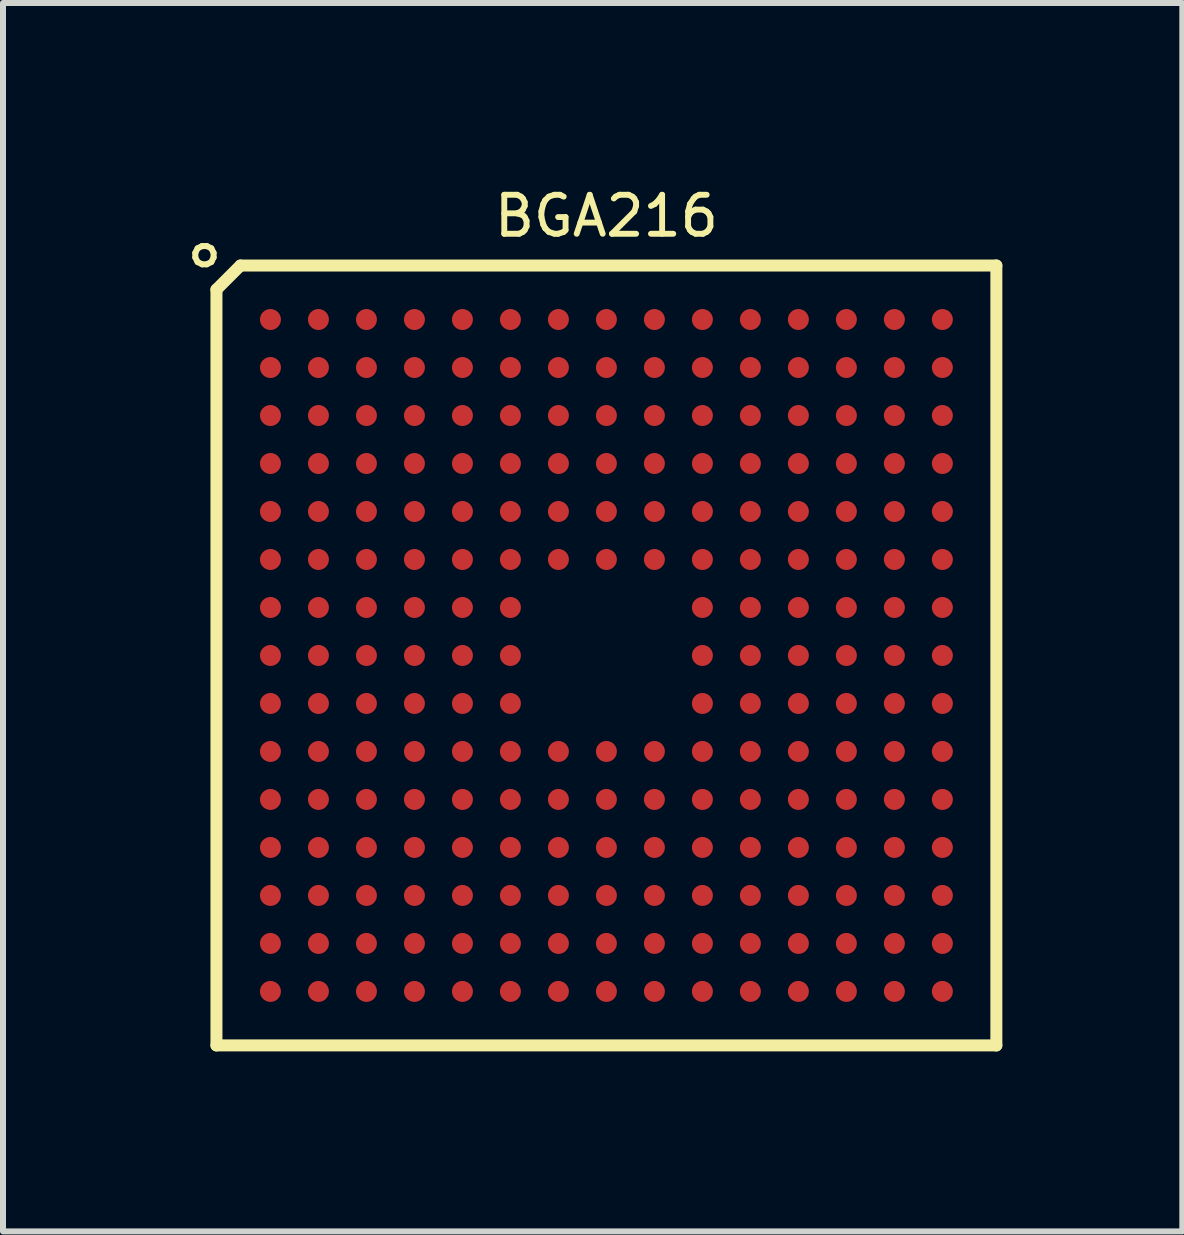
<source format=kicad_pcb>
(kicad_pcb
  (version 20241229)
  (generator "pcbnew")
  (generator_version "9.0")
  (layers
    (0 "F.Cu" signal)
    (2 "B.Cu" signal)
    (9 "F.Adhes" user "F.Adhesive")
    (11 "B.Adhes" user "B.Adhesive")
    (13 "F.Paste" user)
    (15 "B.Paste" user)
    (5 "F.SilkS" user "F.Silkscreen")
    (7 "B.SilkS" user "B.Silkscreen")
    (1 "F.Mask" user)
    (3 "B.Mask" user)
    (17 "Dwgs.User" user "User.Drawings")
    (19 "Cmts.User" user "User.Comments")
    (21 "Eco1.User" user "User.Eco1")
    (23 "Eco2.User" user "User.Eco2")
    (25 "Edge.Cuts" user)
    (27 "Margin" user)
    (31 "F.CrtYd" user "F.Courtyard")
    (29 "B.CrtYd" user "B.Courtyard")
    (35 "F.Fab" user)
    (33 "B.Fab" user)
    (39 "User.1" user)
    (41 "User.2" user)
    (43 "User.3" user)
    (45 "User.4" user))
  (footprint "BGA216"
    (layer "F.Cu")
    (at 7.058 7.876)
    (property "Reference" "BGA216" (at 0 -7.325 0) (layer "F.SilkS") (effects (font (size 0.65 0.65) (thickness 0.098))))
    (attr smd)
    (fp_line (start -6.5 -6.1) (end -6.1 -6.5) (stroke (width 0.2) (type solid)) (layer "F.SilkS"))
    (fp_line (start -6.5 6.5) (end -6.5 -6.1) (stroke (width 0.2) (type solid)) (layer "F.SilkS"))
    (fp_line (start -6.1 -6.5) (end 6.5 -6.5) (stroke (width 0.2) (type solid)) (layer "F.SilkS"))
    (fp_line (start 6.5 -6.5) (end 6.5 6.5) (stroke (width 0.2) (type solid)) (layer "F.SilkS"))
    (fp_line (start 6.5 6.5) (end -6.5 6.5) (stroke (width 0.2) (type solid)) (layer "F.SilkS"))
    (fp_text user "○" (at -6.7 -6.7 0) (layer "F.SilkS") (effects (font (size 0.4 0.4) (thickness 0.1))))
    (pad "A1" smd circle (at -5.6 -5.6) (size 0.35 0.35) (layers "F.Cu" "F.Mask" "F.Paste"))
    (pad "A2" smd circle (at -4.8 -5.6) (size 0.35 0.35) (layers "F.Cu" "F.Mask" "F.Paste"))
    (pad "A3" smd circle (at -4 -5.6) (size 0.35 0.35) (layers "F.Cu" "F.Mask" "F.Paste"))
    (pad "A4" smd circle (at -3.2 -5.6) (size 0.35 0.35) (layers "F.Cu" "F.Mask" "F.Paste"))
    (pad "A5" smd circle (at -2.4 -5.6) (size 0.35 0.35) (layers "F.Cu" "F.Mask" "F.Paste"))
    (pad "A6" smd circle (at -1.6 -5.6) (size 0.35 0.35) (layers "F.Cu" "F.Mask" "F.Paste"))
    (pad "A7" smd circle (at -0.8 -5.6) (size 0.35 0.35) (layers "F.Cu" "F.Mask" "F.Paste"))
    (pad "A8" smd circle (at 0 -5.6) (size 0.35 0.35) (layers "F.Cu" "F.Mask" "F.Paste"))
    (pad "A9" smd circle (at 0.8 -5.6) (size 0.35 0.35) (layers "F.Cu" "F.Mask" "F.Paste"))
    (pad "A10" smd circle (at 1.6 -5.6) (size 0.35 0.35) (layers "F.Cu" "F.Mask" "F.Paste"))
    (pad "A11" smd circle (at 2.4 -5.6) (size 0.35 0.35) (layers "F.Cu" "F.Mask" "F.Paste"))
    (pad "A12" smd circle (at 3.2 -5.6) (size 0.35 0.35) (layers "F.Cu" "F.Mask" "F.Paste"))
    (pad "A13" smd circle (at 4 -5.6) (size 0.35 0.35) (layers "F.Cu" "F.Mask" "F.Paste"))
    (pad "A14" smd circle (at 4.8 -5.6) (size 0.35 0.35) (layers "F.Cu" "F.Mask" "F.Paste"))
    (pad "A15" smd circle (at 5.6 -5.6) (size 0.35 0.35) (layers "F.Cu" "F.Mask" "F.Paste"))
    (pad "B1" smd circle (at -5.6 -4.8) (size 0.35 0.35) (layers "F.Cu" "F.Mask" "F.Paste"))
    (pad "B2" smd circle (at -4.8 -4.8) (size 0.35 0.35) (layers "F.Cu" "F.Mask" "F.Paste"))
    (pad "B3" smd circle (at -4 -4.8) (size 0.35 0.35) (layers "F.Cu" "F.Mask" "F.Paste"))
    (pad "B4" smd circle (at -3.2 -4.8) (size 0.35 0.35) (layers "F.Cu" "F.Mask" "F.Paste"))
    (pad "B5" smd circle (at -2.4 -4.8) (size 0.35 0.35) (layers "F.Cu" "F.Mask" "F.Paste"))
    (pad "B6" smd circle (at -1.6 -4.8) (size 0.35 0.35) (layers "F.Cu" "F.Mask" "F.Paste"))
    (pad "B7" smd circle (at -0.8 -4.8) (size 0.35 0.35) (layers "F.Cu" "F.Mask" "F.Paste"))
    (pad "B8" smd circle (at 0 -4.8) (size 0.35 0.35) (layers "F.Cu" "F.Mask" "F.Paste"))
    (pad "B9" smd circle (at 0.8 -4.8) (size 0.35 0.35) (layers "F.Cu" "F.Mask" "F.Paste"))
    (pad "B10" smd circle (at 1.6 -4.8) (size 0.35 0.35) (layers "F.Cu" "F.Mask" "F.Paste"))
    (pad "B11" smd circle (at 2.4 -4.8) (size 0.35 0.35) (layers "F.Cu" "F.Mask" "F.Paste"))
    (pad "B12" smd circle (at 3.2 -4.8) (size 0.35 0.35) (layers "F.Cu" "F.Mask" "F.Paste"))
    (pad "B13" smd circle (at 4 -4.8) (size 0.35 0.35) (layers "F.Cu" "F.Mask" "F.Paste"))
    (pad "B14" smd circle (at 4.8 -4.8) (size 0.35 0.35) (layers "F.Cu" "F.Mask" "F.Paste"))
    (pad "B15" smd circle (at 5.6 -4.8) (size 0.35 0.35) (layers "F.Cu" "F.Mask" "F.Paste"))
    (pad "C1" smd circle (at -5.6 -4) (size 0.35 0.35) (layers "F.Cu" "F.Mask" "F.Paste"))
    (pad "C2" smd circle (at -4.8 -4) (size 0.35 0.35) (layers "F.Cu" "F.Mask" "F.Paste"))
    (pad "C3" smd circle (at -4 -4) (size 0.35 0.35) (layers "F.Cu" "F.Mask" "F.Paste"))
    (pad "C4" smd circle (at -3.2 -4) (size 0.35 0.35) (layers "F.Cu" "F.Mask" "F.Paste"))
    (pad "C5" smd circle (at -2.4 -4) (size 0.35 0.35) (layers "F.Cu" "F.Mask" "F.Paste"))
    (pad "C6" smd circle (at -1.6 -4) (size 0.35 0.35) (layers "F.Cu" "F.Mask" "F.Paste"))
    (pad "C7" smd circle (at -0.8 -4) (size 0.35 0.35) (layers "F.Cu" "F.Mask" "F.Paste"))
    (pad "C8" smd circle (at 0 -4) (size 0.35 0.35) (layers "F.Cu" "F.Mask" "F.Paste"))
    (pad "C9" smd circle (at 0.8 -4) (size 0.35 0.35) (layers "F.Cu" "F.Mask" "F.Paste"))
    (pad "C10" smd circle (at 1.6 -4) (size 0.35 0.35) (layers "F.Cu" "F.Mask" "F.Paste"))
    (pad "C11" smd circle (at 2.4 -4) (size 0.35 0.35) (layers "F.Cu" "F.Mask" "F.Paste"))
    (pad "C12" smd circle (at 3.2 -4) (size 0.35 0.35) (layers "F.Cu" "F.Mask" "F.Paste"))
    (pad "C13" smd circle (at 4 -4) (size 0.35 0.35) (layers "F.Cu" "F.Mask" "F.Paste"))
    (pad "C14" smd circle (at 4.8 -4) (size 0.35 0.35) (layers "F.Cu" "F.Mask" "F.Paste"))
    (pad "C15" smd circle (at 5.6 -4) (size 0.35 0.35) (layers "F.Cu" "F.Mask" "F.Paste"))
    (pad "D1" smd circle (at -5.6 -3.2) (size 0.35 0.35) (layers "F.Cu" "F.Mask" "F.Paste"))
    (pad "D2" smd circle (at -4.8 -3.2) (size 0.35 0.35) (layers "F.Cu" "F.Mask" "F.Paste"))
    (pad "D3" smd circle (at -4 -3.2) (size 0.35 0.35) (layers "F.Cu" "F.Mask" "F.Paste"))
    (pad "D4" smd circle (at -3.2 -3.2) (size 0.35 0.35) (layers "F.Cu" "F.Mask" "F.Paste"))
    (pad "D5" smd circle (at -2.4 -3.2) (size 0.35 0.35) (layers "F.Cu" "F.Mask" "F.Paste"))
    (pad "D6" smd circle (at -1.6 -3.2) (size 0.35 0.35) (layers "F.Cu" "F.Mask" "F.Paste"))
    (pad "D7" smd circle (at -0.8 -3.2) (size 0.35 0.35) (layers "F.Cu" "F.Mask" "F.Paste"))
    (pad "D8" smd circle (at 0 -3.2) (size 0.35 0.35) (layers "F.Cu" "F.Mask" "F.Paste"))
    (pad "D9" smd circle (at 0.8 -3.2) (size 0.35 0.35) (layers "F.Cu" "F.Mask" "F.Paste"))
    (pad "D10" smd circle (at 1.6 -3.2) (size 0.35 0.35) (layers "F.Cu" "F.Mask" "F.Paste"))
    (pad "D11" smd circle (at 2.4 -3.2) (size 0.35 0.35) (layers "F.Cu" "F.Mask" "F.Paste"))
    (pad "D12" smd circle (at 3.2 -3.2) (size 0.35 0.35) (layers "F.Cu" "F.Mask" "F.Paste"))
    (pad "D13" smd circle (at 4 -3.2) (size 0.35 0.35) (layers "F.Cu" "F.Mask" "F.Paste"))
    (pad "D14" smd circle (at 4.8 -3.2) (size 0.35 0.35) (layers "F.Cu" "F.Mask" "F.Paste"))
    (pad "D15" smd circle (at 5.6 -3.2) (size 0.35 0.35) (layers "F.Cu" "F.Mask" "F.Paste"))
    (pad "E1" smd circle (at -5.6 -2.4) (size 0.35 0.35) (layers "F.Cu" "F.Mask" "F.Paste"))
    (pad "E2" smd circle (at -4.8 -2.4) (size 0.35 0.35) (layers "F.Cu" "F.Mask" "F.Paste"))
    (pad "E3" smd circle (at -4 -2.4) (size 0.35 0.35) (layers "F.Cu" "F.Mask" "F.Paste"))
    (pad "E4" smd circle (at -3.2 -2.4) (size 0.35 0.35) (layers "F.Cu" "F.Mask" "F.Paste"))
    (pad "E5" smd circle (at -2.4 -2.4) (size 0.35 0.35) (layers "F.Cu" "F.Mask" "F.Paste"))
    (pad "E6" smd circle (at -1.6 -2.4) (size 0.35 0.35) (layers "F.Cu" "F.Mask" "F.Paste"))
    (pad "E7" smd circle (at -0.8 -2.4) (size 0.35 0.35) (layers "F.Cu" "F.Mask" "F.Paste"))
    (pad "E8" smd circle (at 0 -2.4) (size 0.35 0.35) (layers "F.Cu" "F.Mask" "F.Paste"))
    (pad "E9" smd circle (at 0.8 -2.4) (size 0.35 0.35) (layers "F.Cu" "F.Mask" "F.Paste"))
    (pad "E10" smd circle (at 1.6 -2.4) (size 0.35 0.35) (layers "F.Cu" "F.Mask" "F.Paste"))
    (pad "E11" smd circle (at 2.4 -2.4) (size 0.35 0.35) (layers "F.Cu" "F.Mask" "F.Paste"))
    (pad "E12" smd circle (at 3.2 -2.4) (size 0.35 0.35) (layers "F.Cu" "F.Mask" "F.Paste"))
    (pad "E13" smd circle (at 4 -2.4) (size 0.35 0.35) (layers "F.Cu" "F.Mask" "F.Paste"))
    (pad "E14" smd circle (at 4.8 -2.4) (size 0.35 0.35) (layers "F.Cu" "F.Mask" "F.Paste"))
    (pad "E15" smd circle (at 5.6 -2.4) (size 0.35 0.35) (layers "F.Cu" "F.Mask" "F.Paste"))
    (pad "F1" smd circle (at -5.6 -1.6) (size 0.35 0.35) (layers "F.Cu" "F.Mask" "F.Paste"))
    (pad "F2" smd circle (at -4.8 -1.6) (size 0.35 0.35) (layers "F.Cu" "F.Mask" "F.Paste"))
    (pad "F3" smd circle (at -4 -1.6) (size 0.35 0.35) (layers "F.Cu" "F.Mask" "F.Paste"))
    (pad "F4" smd circle (at -3.2 -1.6) (size 0.35 0.35) (layers "F.Cu" "F.Mask" "F.Paste"))
    (pad "F5" smd circle (at -2.4 -1.6) (size 0.35 0.35) (layers "F.Cu" "F.Mask" "F.Paste"))
    (pad "F6" smd circle (at -1.6 -1.6) (size 0.35 0.35) (layers "F.Cu" "F.Mask" "F.Paste"))
    (pad "F7" smd circle (at -0.8 -1.6) (size 0.35 0.35) (layers "F.Cu" "F.Mask" "F.Paste"))
    (pad "F8" smd circle (at 0 -1.6) (size 0.35 0.35) (layers "F.Cu" "F.Mask" "F.Paste"))
    (pad "F9" smd circle (at 0.8 -1.6) (size 0.35 0.35) (layers "F.Cu" "F.Mask" "F.Paste"))
    (pad "F10" smd circle (at 1.6 -1.6) (size 0.35 0.35) (layers "F.Cu" "F.Mask" "F.Paste"))
    (pad "F11" smd circle (at 2.4 -1.6) (size 0.35 0.35) (layers "F.Cu" "F.Mask" "F.Paste"))
    (pad "F12" smd circle (at 3.2 -1.6) (size 0.35 0.35) (layers "F.Cu" "F.Mask" "F.Paste"))
    (pad "F13" smd circle (at 4 -1.6) (size 0.35 0.35) (layers "F.Cu" "F.Mask" "F.Paste"))
    (pad "F14" smd circle (at 4.8 -1.6) (size 0.35 0.35) (layers "F.Cu" "F.Mask" "F.Paste"))
    (pad "F15" smd circle (at 5.6 -1.6) (size 0.35 0.35) (layers "F.Cu" "F.Mask" "F.Paste"))
    (pad "G1" smd circle (at -5.6 -0.8) (size 0.35 0.35) (layers "F.Cu" "F.Mask" "F.Paste"))
    (pad "G2" smd circle (at -4.8 -0.8) (size 0.35 0.35) (layers "F.Cu" "F.Mask" "F.Paste"))
    (pad "G3" smd circle (at -4 -0.8) (size 0.35 0.35) (layers "F.Cu" "F.Mask" "F.Paste"))
    (pad "G4" smd circle (at -3.2 -0.8) (size 0.35 0.35) (layers "F.Cu" "F.Mask" "F.Paste"))
    (pad "G5" smd circle (at -2.4 -0.8) (size 0.35 0.35) (layers "F.Cu" "F.Mask" "F.Paste"))
    (pad "G6" smd circle (at -1.6 -0.8) (size 0.35 0.35) (layers "F.Cu" "F.Mask" "F.Paste"))
    (pad "G10" smd circle (at 1.6 -0.8) (size 0.35 0.35) (layers "F.Cu" "F.Mask" "F.Paste"))
    (pad "G11" smd circle (at 2.4 -0.8) (size 0.35 0.35) (layers "F.Cu" "F.Mask" "F.Paste"))
    (pad "G12" smd circle (at 3.2 -0.8) (size 0.35 0.35) (layers "F.Cu" "F.Mask" "F.Paste"))
    (pad "G13" smd circle (at 4 -0.8) (size 0.35 0.35) (layers "F.Cu" "F.Mask" "F.Paste"))
    (pad "G14" smd circle (at 4.8 -0.8) (size 0.35 0.35) (layers "F.Cu" "F.Mask" "F.Paste"))
    (pad "G15" smd circle (at 5.6 -0.8) (size 0.35 0.35) (layers "F.Cu" "F.Mask" "F.Paste"))
    (pad "H1" smd circle (at -5.6 0) (size 0.35 0.35) (layers "F.Cu" "F.Mask" "F.Paste"))
    (pad "H2" smd circle (at -4.8 0) (size 0.35 0.35) (layers "F.Cu" "F.Mask" "F.Paste"))
    (pad "H3" smd circle (at -4 0) (size 0.35 0.35) (layers "F.Cu" "F.Mask" "F.Paste"))
    (pad "H4" smd circle (at -3.2 0) (size 0.35 0.35) (layers "F.Cu" "F.Mask" "F.Paste"))
    (pad "H5" smd circle (at -2.4 0) (size 0.35 0.35) (layers "F.Cu" "F.Mask" "F.Paste"))
    (pad "H6" smd circle (at -1.6 0) (size 0.35 0.35) (layers "F.Cu" "F.Mask" "F.Paste"))
    (pad "H10" smd circle (at 1.6 0) (size 0.35 0.35) (layers "F.Cu" "F.Mask" "F.Paste"))
    (pad "H11" smd circle (at 2.4 0) (size 0.35 0.35) (layers "F.Cu" "F.Mask" "F.Paste"))
    (pad "H12" smd circle (at 3.2 0) (size 0.35 0.35) (layers "F.Cu" "F.Mask" "F.Paste"))
    (pad "H13" smd circle (at 4 0) (size 0.35 0.35) (layers "F.Cu" "F.Mask" "F.Paste"))
    (pad "H14" smd circle (at 4.8 0) (size 0.35 0.35) (layers "F.Cu" "F.Mask" "F.Paste"))
    (pad "H15" smd circle (at 5.6 0) (size 0.35 0.35) (layers "F.Cu" "F.Mask" "F.Paste"))
    (pad "J1" smd circle (at -5.6 0.8) (size 0.35 0.35) (layers "F.Cu" "F.Mask" "F.Paste"))
    (pad "J2" smd circle (at -4.8 0.8) (size 0.35 0.35) (layers "F.Cu" "F.Mask" "F.Paste"))
    (pad "J3" smd circle (at -4 0.8) (size 0.35 0.35) (layers "F.Cu" "F.Mask" "F.Paste"))
    (pad "J4" smd circle (at -3.2 0.8) (size 0.35 0.35) (layers "F.Cu" "F.Mask" "F.Paste"))
    (pad "J5" smd circle (at -2.4 0.8) (size 0.35 0.35) (layers "F.Cu" "F.Mask" "F.Paste"))
    (pad "J6" smd circle (at -1.6 0.8) (size 0.35 0.35) (layers "F.Cu" "F.Mask" "F.Paste"))
    (pad "J10" smd circle (at 1.6 0.8) (size 0.35 0.35) (layers "F.Cu" "F.Mask" "F.Paste"))
    (pad "J11" smd circle (at 2.4 0.8) (size 0.35 0.35) (layers "F.Cu" "F.Mask" "F.Paste"))
    (pad "J12" smd circle (at 3.2 0.8) (size 0.35 0.35) (layers "F.Cu" "F.Mask" "F.Paste"))
    (pad "J13" smd circle (at 4 0.8) (size 0.35 0.35) (layers "F.Cu" "F.Mask" "F.Paste"))
    (pad "J14" smd circle (at 4.8 0.8) (size 0.35 0.35) (layers "F.Cu" "F.Mask" "F.Paste"))
    (pad "J15" smd circle (at 5.6 0.8) (size 0.35 0.35) (layers "F.Cu" "F.Mask" "F.Paste"))
    (pad "K1" smd circle (at -5.6 1.6) (size 0.35 0.35) (layers "F.Cu" "F.Mask" "F.Paste"))
    (pad "K2" smd circle (at -4.8 1.6) (size 0.35 0.35) (layers "F.Cu" "F.Mask" "F.Paste"))
    (pad "K3" smd circle (at -4 1.6) (size 0.35 0.35) (layers "F.Cu" "F.Mask" "F.Paste"))
    (pad "K4" smd circle (at -3.2 1.6) (size 0.35 0.35) (layers "F.Cu" "F.Mask" "F.Paste"))
    (pad "K5" smd circle (at -2.4 1.6) (size 0.35 0.35) (layers "F.Cu" "F.Mask" "F.Paste"))
    (pad "K6" smd circle (at -1.6 1.6) (size 0.35 0.35) (layers "F.Cu" "F.Mask" "F.Paste"))
    (pad "K7" smd circle (at -0.8 1.6) (size 0.35 0.35) (layers "F.Cu" "F.Mask" "F.Paste"))
    (pad "K8" smd circle (at 0 1.6) (size 0.35 0.35) (layers "F.Cu" "F.Mask" "F.Paste"))
    (pad "K9" smd circle (at 0.8 1.6) (size 0.35 0.35) (layers "F.Cu" "F.Mask" "F.Paste"))
    (pad "K10" smd circle (at 1.6 1.6) (size 0.35 0.35) (layers "F.Cu" "F.Mask" "F.Paste"))
    (pad "K11" smd circle (at 2.4 1.6) (size 0.35 0.35) (layers "F.Cu" "F.Mask" "F.Paste"))
    (pad "K12" smd circle (at 3.2 1.6) (size 0.35 0.35) (layers "F.Cu" "F.Mask" "F.Paste"))
    (pad "K13" smd circle (at 4 1.6) (size 0.35 0.35) (layers "F.Cu" "F.Mask" "F.Paste"))
    (pad "K14" smd circle (at 4.8 1.6) (size 0.35 0.35) (layers "F.Cu" "F.Mask" "F.Paste"))
    (pad "K15" smd circle (at 5.6 1.6) (size 0.35 0.35) (layers "F.Cu" "F.Mask" "F.Paste"))
    (pad "L1" smd circle (at -5.6 2.4) (size 0.35 0.35) (layers "F.Cu" "F.Mask" "F.Paste"))
    (pad "L2" smd circle (at -4.8 2.4) (size 0.35 0.35) (layers "F.Cu" "F.Mask" "F.Paste"))
    (pad "L3" smd circle (at -4 2.4) (size 0.35 0.35) (layers "F.Cu" "F.Mask" "F.Paste"))
    (pad "L4" smd circle (at -3.2 2.4) (size 0.35 0.35) (layers "F.Cu" "F.Mask" "F.Paste"))
    (pad "L5" smd circle (at -2.4 2.4) (size 0.35 0.35) (layers "F.Cu" "F.Mask" "F.Paste"))
    (pad "L6" smd circle (at -1.6 2.4) (size 0.35 0.35) (layers "F.Cu" "F.Mask" "F.Paste"))
    (pad "L7" smd circle (at -0.8 2.4) (size 0.35 0.35) (layers "F.Cu" "F.Mask" "F.Paste"))
    (pad "L8" smd circle (at 0 2.4) (size 0.35 0.35) (layers "F.Cu" "F.Mask" "F.Paste"))
    (pad "L9" smd circle (at 0.8 2.4) (size 0.35 0.35) (layers "F.Cu" "F.Mask" "F.Paste"))
    (pad "L10" smd circle (at 1.6 2.4) (size 0.35 0.35) (layers "F.Cu" "F.Mask" "F.Paste"))
    (pad "L11" smd circle (at 2.4 2.4) (size 0.35 0.35) (layers "F.Cu" "F.Mask" "F.Paste"))
    (pad "L12" smd circle (at 3.2 2.4) (size 0.35 0.35) (layers "F.Cu" "F.Mask" "F.Paste"))
    (pad "L13" smd circle (at 4 2.4) (size 0.35 0.35) (layers "F.Cu" "F.Mask" "F.Paste"))
    (pad "L14" smd circle (at 4.8 2.4) (size 0.35 0.35) (layers "F.Cu" "F.Mask" "F.Paste"))
    (pad "L15" smd circle (at 5.6 2.4) (size 0.35 0.35) (layers "F.Cu" "F.Mask" "F.Paste"))
    (pad "M1" smd circle (at -5.6 3.2) (size 0.35 0.35) (layers "F.Cu" "F.Mask" "F.Paste"))
    (pad "M2" smd circle (at -4.8 3.2) (size 0.35 0.35) (layers "F.Cu" "F.Mask" "F.Paste"))
    (pad "M3" smd circle (at -4 3.2) (size 0.35 0.35) (layers "F.Cu" "F.Mask" "F.Paste"))
    (pad "M4" smd circle (at -3.2 3.2) (size 0.35 0.35) (layers "F.Cu" "F.Mask" "F.Paste"))
    (pad "M5" smd circle (at -2.4 3.2) (size 0.35 0.35) (layers "F.Cu" "F.Mask" "F.Paste"))
    (pad "M6" smd circle (at -1.6 3.2) (size 0.35 0.35) (layers "F.Cu" "F.Mask" "F.Paste"))
    (pad "M7" smd circle (at -0.8 3.2) (size 0.35 0.35) (layers "F.Cu" "F.Mask" "F.Paste"))
    (pad "M8" smd circle (at 0 3.2) (size 0.35 0.35) (layers "F.Cu" "F.Mask" "F.Paste"))
    (pad "M9" smd circle (at 0.8 3.2) (size 0.35 0.35) (layers "F.Cu" "F.Mask" "F.Paste"))
    (pad "M10" smd circle (at 1.6 3.2) (size 0.35 0.35) (layers "F.Cu" "F.Mask" "F.Paste"))
    (pad "M11" smd circle (at 2.4 3.2) (size 0.35 0.35) (layers "F.Cu" "F.Mask" "F.Paste"))
    (pad "M12" smd circle (at 3.2 3.2) (size 0.35 0.35) (layers "F.Cu" "F.Mask" "F.Paste"))
    (pad "M13" smd circle (at 4 3.2) (size 0.35 0.35) (layers "F.Cu" "F.Mask" "F.Paste"))
    (pad "M14" smd circle (at 4.8 3.2) (size 0.35 0.35) (layers "F.Cu" "F.Mask" "F.Paste"))
    (pad "M15" smd circle (at 5.6 3.2) (size 0.35 0.35) (layers "F.Cu" "F.Mask" "F.Paste"))
    (pad "N1" smd circle (at -5.6 4) (size 0.35 0.35) (layers "F.Cu" "F.Mask" "F.Paste"))
    (pad "N2" smd circle (at -4.8 4) (size 0.35 0.35) (layers "F.Cu" "F.Mask" "F.Paste"))
    (pad "N3" smd circle (at -4 4) (size 0.35 0.35) (layers "F.Cu" "F.Mask" "F.Paste"))
    (pad "N4" smd circle (at -3.2 4) (size 0.35 0.35) (layers "F.Cu" "F.Mask" "F.Paste"))
    (pad "N5" smd circle (at -2.4 4) (size 0.35 0.35) (layers "F.Cu" "F.Mask" "F.Paste"))
    (pad "N6" smd circle (at -1.6 4) (size 0.35 0.35) (layers "F.Cu" "F.Mask" "F.Paste"))
    (pad "N7" smd circle (at -0.8 4) (size 0.35 0.35) (layers "F.Cu" "F.Mask" "F.Paste"))
    (pad "N8" smd circle (at 0 4) (size 0.35 0.35) (layers "F.Cu" "F.Mask" "F.Paste"))
    (pad "N9" smd circle (at 0.8 4) (size 0.35 0.35) (layers "F.Cu" "F.Mask" "F.Paste"))
    (pad "N10" smd circle (at 1.6 4) (size 0.35 0.35) (layers "F.Cu" "F.Mask" "F.Paste"))
    (pad "N11" smd circle (at 2.4 4) (size 0.35 0.35) (layers "F.Cu" "F.Mask" "F.Paste"))
    (pad "N12" smd circle (at 3.2 4) (size 0.35 0.35) (layers "F.Cu" "F.Mask" "F.Paste"))
    (pad "N13" smd circle (at 4 4) (size 0.35 0.35) (layers "F.Cu" "F.Mask" "F.Paste"))
    (pad "N14" smd circle (at 4.8 4) (size 0.35 0.35) (layers "F.Cu" "F.Mask" "F.Paste"))
    (pad "N15" smd circle (at 5.6 4) (size 0.35 0.35) (layers "F.Cu" "F.Mask" "F.Paste"))
    (pad "P1" smd circle (at -5.6 4.8) (size 0.35 0.35) (layers "F.Cu" "F.Mask" "F.Paste"))
    (pad "P2" smd circle (at -4.8 4.8) (size 0.35 0.35) (layers "F.Cu" "F.Mask" "F.Paste"))
    (pad "P3" smd circle (at -4 4.8) (size 0.35 0.35) (layers "F.Cu" "F.Mask" "F.Paste"))
    (pad "P4" smd circle (at -3.2 4.8) (size 0.35 0.35) (layers "F.Cu" "F.Mask" "F.Paste"))
    (pad "P5" smd circle (at -2.4 4.8) (size 0.35 0.35) (layers "F.Cu" "F.Mask" "F.Paste"))
    (pad "P6" smd circle (at -1.6 4.8) (size 0.35 0.35) (layers "F.Cu" "F.Mask" "F.Paste"))
    (pad "P7" smd circle (at -0.8 4.8) (size 0.35 0.35) (layers "F.Cu" "F.Mask" "F.Paste"))
    (pad "P8" smd circle (at 0 4.8) (size 0.35 0.35) (layers "F.Cu" "F.Mask" "F.Paste"))
    (pad "P9" smd circle (at 0.8 4.8) (size 0.35 0.35) (layers "F.Cu" "F.Mask" "F.Paste"))
    (pad "P10" smd circle (at 1.6 4.8) (size 0.35 0.35) (layers "F.Cu" "F.Mask" "F.Paste"))
    (pad "P11" smd circle (at 2.4 4.8) (size 0.35 0.35) (layers "F.Cu" "F.Mask" "F.Paste"))
    (pad "P12" smd circle (at 3.2 4.8) (size 0.35 0.35) (layers "F.Cu" "F.Mask" "F.Paste"))
    (pad "P13" smd circle (at 4 4.8) (size 0.35 0.35) (layers "F.Cu" "F.Mask" "F.Paste"))
    (pad "P14" smd circle (at 4.8 4.8) (size 0.35 0.35) (layers "F.Cu" "F.Mask" "F.Paste"))
    (pad "P15" smd circle (at 5.6 4.8) (size 0.35 0.35) (layers "F.Cu" "F.Mask" "F.Paste"))
    (pad "R1" smd circle (at -5.6 5.6) (size 0.35 0.35) (layers "F.Cu" "F.Mask" "F.Paste"))
    (pad "R2" smd circle (at -4.8 5.6) (size 0.35 0.35) (layers "F.Cu" "F.Mask" "F.Paste"))
    (pad "R3" smd circle (at -4 5.6) (size 0.35 0.35) (layers "F.Cu" "F.Mask" "F.Paste"))
    (pad "R4" smd circle (at -3.2 5.6) (size 0.35 0.35) (layers "F.Cu" "F.Mask" "F.Paste"))
    (pad "R5" smd circle (at -2.4 5.6) (size 0.35 0.35) (layers "F.Cu" "F.Mask" "F.Paste"))
    (pad "R6" smd circle (at -1.6 5.6) (size 0.35 0.35) (layers "F.Cu" "F.Mask" "F.Paste"))
    (pad "R7" smd circle (at -0.8 5.6) (size 0.35 0.35) (layers "F.Cu" "F.Mask" "F.Paste"))
    (pad "R8" smd circle (at 0 5.6) (size 0.35 0.35) (layers "F.Cu" "F.Mask" "F.Paste"))
    (pad "R9" smd circle (at 0.8 5.6) (size 0.35 0.35) (layers "F.Cu" "F.Mask" "F.Paste"))
    (pad "R10" smd circle (at 1.6 5.6) (size 0.35 0.35) (layers "F.Cu" "F.Mask" "F.Paste"))
    (pad "R11" smd circle (at 2.4 5.6) (size 0.35 0.35) (layers "F.Cu" "F.Mask" "F.Paste"))
    (pad "R12" smd circle (at 3.2 5.6) (size 0.35 0.35) (layers "F.Cu" "F.Mask" "F.Paste"))
    (pad "R13" smd circle (at 4 5.6) (size 0.35 0.35) (layers "F.Cu" "F.Mask" "F.Paste"))
    (pad "R14" smd circle (at 4.8 5.6) (size 0.35 0.35) (layers "F.Cu" "F.Mask" "F.Paste"))
    (pad "R15" smd circle (at 5.6 5.6) (size 0.35 0.35) (layers "F.Cu" "F.Mask" "F.Paste")))
  (gr_rect
    (start -3 -3)
    (end 16.658 17.476)
    (stroke (width 0.1) (type default))
    (fill no)
    (layer "Edge.Cuts")))
</source>
